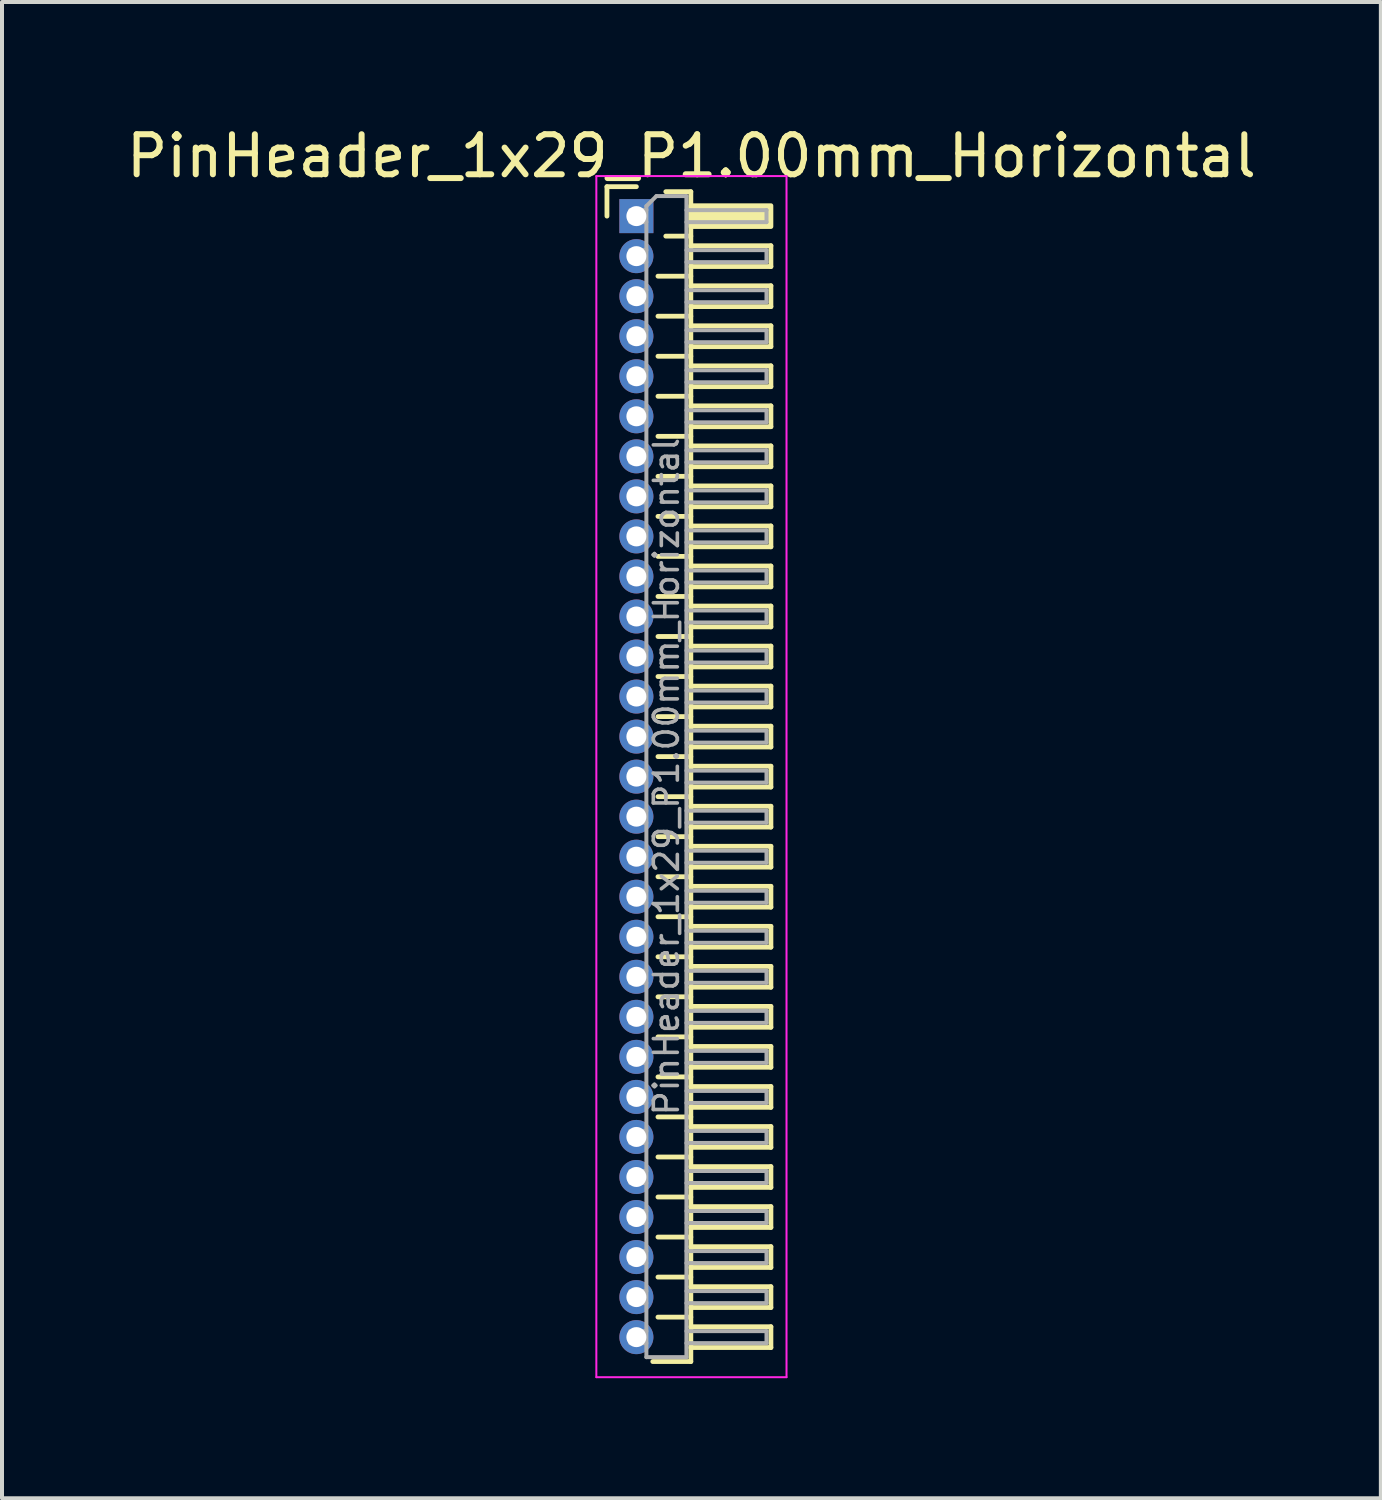
<source format=kicad_pcb>
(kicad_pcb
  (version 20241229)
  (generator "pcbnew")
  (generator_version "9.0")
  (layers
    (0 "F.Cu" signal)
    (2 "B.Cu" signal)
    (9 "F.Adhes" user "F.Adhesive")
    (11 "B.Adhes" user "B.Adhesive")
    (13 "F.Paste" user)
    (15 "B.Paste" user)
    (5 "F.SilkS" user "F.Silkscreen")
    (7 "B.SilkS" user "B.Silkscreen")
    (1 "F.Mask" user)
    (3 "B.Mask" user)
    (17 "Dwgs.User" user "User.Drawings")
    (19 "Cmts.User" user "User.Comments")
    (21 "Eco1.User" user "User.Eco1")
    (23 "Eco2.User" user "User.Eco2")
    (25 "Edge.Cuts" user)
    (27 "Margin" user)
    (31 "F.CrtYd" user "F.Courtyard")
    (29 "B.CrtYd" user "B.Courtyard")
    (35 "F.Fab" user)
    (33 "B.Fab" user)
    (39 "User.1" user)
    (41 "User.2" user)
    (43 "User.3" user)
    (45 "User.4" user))
  (footprint "PinHeader_1x29_P1.00mm_Horizontal"
    (layer "F.Cu")
    (at 12.845 2.348)
    (property "Reference" "PinHeader_1x29_P1.00mm_Horizontal" (at 1.375 -1.5 0) (layer "F.SilkS") (effects (font (size 1 1) (thickness 0.15))))
    (attr through_hole)
    (fp_line (start -0.735 -0.735) (end 0 -0.735) (stroke (width 0.12) (type solid)) (layer "F.SilkS"))
    (fp_line (start -0.735 0) (end -0.735 -0.735) (stroke (width 0.12) (type solid)) (layer "F.SilkS"))
    (fp_line (start 0.539 1.5) (end 1.36 1.5) (stroke (width 0.12) (type solid)) (layer "F.SilkS"))
    (fp_line (start 0.539 2.5) (end 1.36 2.5) (stroke (width 0.12) (type solid)) (layer "F.SilkS"))
    (fp_line (start 0.539 3.5) (end 1.36 3.5) (stroke (width 0.12) (type solid)) (layer "F.SilkS"))
    (fp_line (start 0.539 4.5) (end 1.36 4.5) (stroke (width 0.12) (type solid)) (layer "F.SilkS"))
    (fp_line (start 0.539 5.5) (end 1.36 5.5) (stroke (width 0.12) (type solid)) (layer "F.SilkS"))
    (fp_line (start 0.539 6.5) (end 1.36 6.5) (stroke (width 0.12) (type solid)) (layer "F.SilkS"))
    (fp_line (start 0.539 7.5) (end 1.36 7.5) (stroke (width 0.12) (type solid)) (layer "F.SilkS"))
    (fp_line (start 0.539 8.5) (end 1.36 8.5) (stroke (width 0.12) (type solid)) (layer "F.SilkS"))
    (fp_line (start 0.539 9.5) (end 1.36 9.5) (stroke (width 0.12) (type solid)) (layer "F.SilkS"))
    (fp_line (start 0.539 10.5) (end 1.36 10.5) (stroke (width 0.12) (type solid)) (layer "F.SilkS"))
    (fp_line (start 0.539 11.5) (end 1.36 11.5) (stroke (width 0.12) (type solid)) (layer "F.SilkS"))
    (fp_line (start 0.539 12.5) (end 1.36 12.5) (stroke (width 0.12) (type solid)) (layer "F.SilkS"))
    (fp_line (start 0.539 13.5) (end 1.36 13.5) (stroke (width 0.12) (type solid)) (layer "F.SilkS"))
    (fp_line (start 0.539 14.5) (end 1.36 14.5) (stroke (width 0.12) (type solid)) (layer "F.SilkS"))
    (fp_line (start 0.539 15.5) (end 1.36 15.5) (stroke (width 0.12) (type solid)) (layer "F.SilkS"))
    (fp_line (start 0.539 16.5) (end 1.36 16.5) (stroke (width 0.12) (type solid)) (layer "F.SilkS"))
    (fp_line (start 0.539 17.5) (end 1.36 17.5) (stroke (width 0.12) (type solid)) (layer "F.SilkS"))
    (fp_line (start 0.539 18.5) (end 1.36 18.5) (stroke (width 0.12) (type solid)) (layer "F.SilkS"))
    (fp_line (start 0.539 19.5) (end 1.36 19.5) (stroke (width 0.12) (type solid)) (layer "F.SilkS"))
    (fp_line (start 0.539 20.5) (end 1.36 20.5) (stroke (width 0.12) (type solid)) (layer "F.SilkS"))
    (fp_line (start 0.539 21.5) (end 1.36 21.5) (stroke (width 0.12) (type solid)) (layer "F.SilkS"))
    (fp_line (start 0.539 22.5) (end 1.36 22.5) (stroke (width 0.12) (type solid)) (layer "F.SilkS"))
    (fp_line (start 0.539 23.5) (end 1.36 23.5) (stroke (width 0.12) (type solid)) (layer "F.SilkS"))
    (fp_line (start 0.539 24.5) (end 1.36 24.5) (stroke (width 0.12) (type solid)) (layer "F.SilkS"))
    (fp_line (start 0.539 25.5) (end 1.36 25.5) (stroke (width 0.12) (type solid)) (layer "F.SilkS"))
    (fp_line (start 0.539 26.5) (end 1.36 26.5) (stroke (width 0.12) (type solid)) (layer "F.SilkS"))
    (fp_line (start 0.539 27.5) (end 1.36 27.5) (stroke (width 0.12) (type solid)) (layer "F.SilkS"))
    (fp_line (start 0.735 -0.61) (end 1.36 -0.61) (stroke (width 0.12) (type solid)) (layer "F.SilkS"))
    (fp_line (start 0.735 0.5) (end 1.36 0.5) (stroke (width 0.12) (type solid)) (layer "F.SilkS"))
    (fp_line (start 1.36 -0.61) (end 1.36 28.61) (stroke (width 0.12) (type solid)) (layer "F.SilkS"))
    (fp_line (start 1.36 0.74) (end 3.36 0.74) (stroke (width 0.12) (type solid)) (layer "F.SilkS"))
    (fp_line (start 1.36 1.74) (end 3.36 1.74) (stroke (width 0.12) (type solid)) (layer "F.SilkS"))
    (fp_line (start 1.36 2.74) (end 3.36 2.74) (stroke (width 0.12) (type solid)) (layer "F.SilkS"))
    (fp_line (start 1.36 3.74) (end 3.36 3.74) (stroke (width 0.12) (type solid)) (layer "F.SilkS"))
    (fp_line (start 1.36 4.74) (end 3.36 4.74) (stroke (width 0.12) (type solid)) (layer "F.SilkS"))
    (fp_line (start 1.36 5.74) (end 3.36 5.74) (stroke (width 0.12) (type solid)) (layer "F.SilkS"))
    (fp_line (start 1.36 6.74) (end 3.36 6.74) (stroke (width 0.12) (type solid)) (layer "F.SilkS"))
    (fp_line (start 1.36 7.74) (end 3.36 7.74) (stroke (width 0.12) (type solid)) (layer "F.SilkS"))
    (fp_line (start 1.36 8.74) (end 3.36 8.74) (stroke (width 0.12) (type solid)) (layer "F.SilkS"))
    (fp_line (start 1.36 9.74) (end 3.36 9.74) (stroke (width 0.12) (type solid)) (layer "F.SilkS"))
    (fp_line (start 1.36 10.74) (end 3.36 10.74) (stroke (width 0.12) (type solid)) (layer "F.SilkS"))
    (fp_line (start 1.36 11.74) (end 3.36 11.74) (stroke (width 0.12) (type solid)) (layer "F.SilkS"))
    (fp_line (start 1.36 12.74) (end 3.36 12.74) (stroke (width 0.12) (type solid)) (layer "F.SilkS"))
    (fp_line (start 1.36 13.74) (end 3.36 13.74) (stroke (width 0.12) (type solid)) (layer "F.SilkS"))
    (fp_line (start 1.36 14.74) (end 3.36 14.74) (stroke (width 0.12) (type solid)) (layer "F.SilkS"))
    (fp_line (start 1.36 15.74) (end 3.36 15.74) (stroke (width 0.12) (type solid)) (layer "F.SilkS"))
    (fp_line (start 1.36 16.74) (end 3.36 16.74) (stroke (width 0.12) (type solid)) (layer "F.SilkS"))
    (fp_line (start 1.36 17.74) (end 3.36 17.74) (stroke (width 0.12) (type solid)) (layer "F.SilkS"))
    (fp_line (start 1.36 18.74) (end 3.36 18.74) (stroke (width 0.12) (type solid)) (layer "F.SilkS"))
    (fp_line (start 1.36 19.74) (end 3.36 19.74) (stroke (width 0.12) (type solid)) (layer "F.SilkS"))
    (fp_line (start 1.36 20.74) (end 3.36 20.74) (stroke (width 0.12) (type solid)) (layer "F.SilkS"))
    (fp_line (start 1.36 21.74) (end 3.36 21.74) (stroke (width 0.12) (type solid)) (layer "F.SilkS"))
    (fp_line (start 1.36 22.74) (end 3.36 22.74) (stroke (width 0.12) (type solid)) (layer "F.SilkS"))
    (fp_line (start 1.36 23.74) (end 3.36 23.74) (stroke (width 0.12) (type solid)) (layer "F.SilkS"))
    (fp_line (start 1.36 24.74) (end 3.36 24.74) (stroke (width 0.12) (type solid)) (layer "F.SilkS"))
    (fp_line (start 1.36 25.74) (end 3.36 25.74) (stroke (width 0.12) (type solid)) (layer "F.SilkS"))
    (fp_line (start 1.36 26.74) (end 3.36 26.74) (stroke (width 0.12) (type solid)) (layer "F.SilkS"))
    (fp_line (start 1.36 27.74) (end 3.36 27.74) (stroke (width 0.12) (type solid)) (layer "F.SilkS"))
    (fp_line (start 1.36 28.61) (end 0.41 28.61) (stroke (width 0.12) (type solid)) (layer "F.SilkS"))
    (fp_line (start 3.36 0.74) (end 3.36 1.26) (stroke (width 0.12) (type solid)) (layer "F.SilkS"))
    (fp_line (start 3.36 1.26) (end 1.36 1.26) (stroke (width 0.12) (type solid)) (layer "F.SilkS"))
    (fp_line (start 3.36 1.74) (end 3.36 2.26) (stroke (width 0.12) (type solid)) (layer "F.SilkS"))
    (fp_line (start 3.36 2.26) (end 1.36 2.26) (stroke (width 0.12) (type solid)) (layer "F.SilkS"))
    (fp_line (start 3.36 2.74) (end 3.36 3.26) (stroke (width 0.12) (type solid)) (layer "F.SilkS"))
    (fp_line (start 3.36 3.26) (end 1.36 3.26) (stroke (width 0.12) (type solid)) (layer "F.SilkS"))
    (fp_line (start 3.36 3.74) (end 3.36 4.26) (stroke (width 0.12) (type solid)) (layer "F.SilkS"))
    (fp_line (start 3.36 4.26) (end 1.36 4.26) (stroke (width 0.12) (type solid)) (layer "F.SilkS"))
    (fp_line (start 3.36 4.74) (end 3.36 5.26) (stroke (width 0.12) (type solid)) (layer "F.SilkS"))
    (fp_line (start 3.36 5.26) (end 1.36 5.26) (stroke (width 0.12) (type solid)) (layer "F.SilkS"))
    (fp_line (start 3.36 5.74) (end 3.36 6.26) (stroke (width 0.12) (type solid)) (layer "F.SilkS"))
    (fp_line (start 3.36 6.26) (end 1.36 6.26) (stroke (width 0.12) (type solid)) (layer "F.SilkS"))
    (fp_line (start 3.36 6.74) (end 3.36 7.26) (stroke (width 0.12) (type solid)) (layer "F.SilkS"))
    (fp_line (start 3.36 7.26) (end 1.36 7.26) (stroke (width 0.12) (type solid)) (layer "F.SilkS"))
    (fp_line (start 3.36 7.74) (end 3.36 8.26) (stroke (width 0.12) (type solid)) (layer "F.SilkS"))
    (fp_line (start 3.36 8.26) (end 1.36 8.26) (stroke (width 0.12) (type solid)) (layer "F.SilkS"))
    (fp_line (start 3.36 8.74) (end 3.36 9.26) (stroke (width 0.12) (type solid)) (layer "F.SilkS"))
    (fp_line (start 3.36 9.26) (end 1.36 9.26) (stroke (width 0.12) (type solid)) (layer "F.SilkS"))
    (fp_line (start 3.36 9.74) (end 3.36 10.26) (stroke (width 0.12) (type solid)) (layer "F.SilkS"))
    (fp_line (start 3.36 10.26) (end 1.36 10.26) (stroke (width 0.12) (type solid)) (layer "F.SilkS"))
    (fp_line (start 3.36 10.74) (end 3.36 11.26) (stroke (width 0.12) (type solid)) (layer "F.SilkS"))
    (fp_line (start 3.36 11.26) (end 1.36 11.26) (stroke (width 0.12) (type solid)) (layer "F.SilkS"))
    (fp_line (start 3.36 11.74) (end 3.36 12.26) (stroke (width 0.12) (type solid)) (layer "F.SilkS"))
    (fp_line (start 3.36 12.26) (end 1.36 12.26) (stroke (width 0.12) (type solid)) (layer "F.SilkS"))
    (fp_line (start 3.36 12.74) (end 3.36 13.26) (stroke (width 0.12) (type solid)) (layer "F.SilkS"))
    (fp_line (start 3.36 13.26) (end 1.36 13.26) (stroke (width 0.12) (type solid)) (layer "F.SilkS"))
    (fp_line (start 3.36 13.74) (end 3.36 14.26) (stroke (width 0.12) (type solid)) (layer "F.SilkS"))
    (fp_line (start 3.36 14.26) (end 1.36 14.26) (stroke (width 0.12) (type solid)) (layer "F.SilkS"))
    (fp_line (start 3.36 14.74) (end 3.36 15.26) (stroke (width 0.12) (type solid)) (layer "F.SilkS"))
    (fp_line (start 3.36 15.26) (end 1.36 15.26) (stroke (width 0.12) (type solid)) (layer "F.SilkS"))
    (fp_line (start 3.36 15.74) (end 3.36 16.26) (stroke (width 0.12) (type solid)) (layer "F.SilkS"))
    (fp_line (start 3.36 16.26) (end 1.36 16.26) (stroke (width 0.12) (type solid)) (layer "F.SilkS"))
    (fp_line (start 3.36 16.74) (end 3.36 17.26) (stroke (width 0.12) (type solid)) (layer "F.SilkS"))
    (fp_line (start 3.36 17.26) (end 1.36 17.26) (stroke (width 0.12) (type solid)) (layer "F.SilkS"))
    (fp_line (start 3.36 17.74) (end 3.36 18.26) (stroke (width 0.12) (type solid)) (layer "F.SilkS"))
    (fp_line (start 3.36 18.26) (end 1.36 18.26) (stroke (width 0.12) (type solid)) (layer "F.SilkS"))
    (fp_line (start 3.36 18.74) (end 3.36 19.26) (stroke (width 0.12) (type solid)) (layer "F.SilkS"))
    (fp_line (start 3.36 19.26) (end 1.36 19.26) (stroke (width 0.12) (type solid)) (layer "F.SilkS"))
    (fp_line (start 3.36 19.74) (end 3.36 20.26) (stroke (width 0.12) (type solid)) (layer "F.SilkS"))
    (fp_line (start 3.36 20.26) (end 1.36 20.26) (stroke (width 0.12) (type solid)) (layer "F.SilkS"))
    (fp_line (start 3.36 20.74) (end 3.36 21.26) (stroke (width 0.12) (type solid)) (layer "F.SilkS"))
    (fp_line (start 3.36 21.26) (end 1.36 21.26) (stroke (width 0.12) (type solid)) (layer "F.SilkS"))
    (fp_line (start 3.36 21.74) (end 3.36 22.26) (stroke (width 0.12) (type solid)) (layer "F.SilkS"))
    (fp_line (start 3.36 22.26) (end 1.36 22.26) (stroke (width 0.12) (type solid)) (layer "F.SilkS"))
    (fp_line (start 3.36 22.74) (end 3.36 23.26) (stroke (width 0.12) (type solid)) (layer "F.SilkS"))
    (fp_line (start 3.36 23.26) (end 1.36 23.26) (stroke (width 0.12) (type solid)) (layer "F.SilkS"))
    (fp_line (start 3.36 23.74) (end 3.36 24.26) (stroke (width 0.12) (type solid)) (layer "F.SilkS"))
    (fp_line (start 3.36 24.26) (end 1.36 24.26) (stroke (width 0.12) (type solid)) (layer "F.SilkS"))
    (fp_line (start 3.36 24.74) (end 3.36 25.26) (stroke (width 0.12) (type solid)) (layer "F.SilkS"))
    (fp_line (start 3.36 25.26) (end 1.36 25.26) (stroke (width 0.12) (type solid)) (layer "F.SilkS"))
    (fp_line (start 3.36 25.74) (end 3.36 26.26) (stroke (width 0.12) (type solid)) (layer "F.SilkS"))
    (fp_line (start 3.36 26.26) (end 1.36 26.26) (stroke (width 0.12) (type solid)) (layer "F.SilkS"))
    (fp_line (start 3.36 26.74) (end 3.36 27.26) (stroke (width 0.12) (type solid)) (layer "F.SilkS"))
    (fp_line (start 3.36 27.26) (end 1.36 27.26) (stroke (width 0.12) (type solid)) (layer "F.SilkS"))
    (fp_line (start 3.36 27.74) (end 3.36 28.26) (stroke (width 0.12) (type solid)) (layer "F.SilkS"))
    (fp_line (start 3.36 28.26) (end 1.36 28.26) (stroke (width 0.12) (type solid)) (layer "F.SilkS"))
    (fp_rect (start 1.36 -0.26) (end 3.36 0.26) (stroke (width 0.12) (type solid)) (fill yes) (layer "F.SilkS"))
    (fp_line (start -1 -1) (end -1 29) (stroke (width 0.05) (type solid)) (layer "F.CrtYd"))
    (fp_line (start -1 29) (end 3.75 29) (stroke (width 0.05) (type solid)) (layer "F.CrtYd"))
    (fp_line (start 3.75 -1) (end -1 -1) (stroke (width 0.05) (type solid)) (layer "F.CrtYd"))
    (fp_line (start 3.75 29) (end 3.75 -1) (stroke (width 0.05) (type solid)) (layer "F.CrtYd"))
    (fp_line (start -0.15 -0.15) (end -0.15 0.15) (stroke (width 0.1) (type solid)) (layer "F.Fab"))
    (fp_line (start -0.15 -0.15) (end 0.25 -0.15) (stroke (width 0.1) (type solid)) (layer "F.Fab"))
    (fp_line (start -0.15 0.15) (end 0.25 0.15) (stroke (width 0.1) (type solid)) (layer "F.Fab"))
    (fp_line (start -0.15 0.85) (end -0.15 1.15) (stroke (width 0.1) (type solid)) (layer "F.Fab"))
    (fp_line (start -0.15 0.85) (end 0.25 0.85) (stroke (width 0.1) (type solid)) (layer "F.Fab"))
    (fp_line (start -0.15 1.15) (end 0.25 1.15) (stroke (width 0.1) (type solid)) (layer "F.Fab"))
    (fp_line (start -0.15 1.85) (end -0.15 2.15) (stroke (width 0.1) (type solid)) (layer "F.Fab"))
    (fp_line (start -0.15 1.85) (end 0.25 1.85) (stroke (width 0.1) (type solid)) (layer "F.Fab"))
    (fp_line (start -0.15 2.15) (end 0.25 2.15) (stroke (width 0.1) (type solid)) (layer "F.Fab"))
    (fp_line (start -0.15 2.85) (end -0.15 3.15) (stroke (width 0.1) (type solid)) (layer "F.Fab"))
    (fp_line (start -0.15 2.85) (end 0.25 2.85) (stroke (width 0.1) (type solid)) (layer "F.Fab"))
    (fp_line (start -0.15 3.15) (end 0.25 3.15) (stroke (width 0.1) (type solid)) (layer "F.Fab"))
    (fp_line (start -0.15 3.85) (end -0.15 4.15) (stroke (width 0.1) (type solid)) (layer "F.Fab"))
    (fp_line (start -0.15 3.85) (end 0.25 3.85) (stroke (width 0.1) (type solid)) (layer "F.Fab"))
    (fp_line (start -0.15 4.15) (end 0.25 4.15) (stroke (width 0.1) (type solid)) (layer "F.Fab"))
    (fp_line (start -0.15 4.85) (end -0.15 5.15) (stroke (width 0.1) (type solid)) (layer "F.Fab"))
    (fp_line (start -0.15 4.85) (end 0.25 4.85) (stroke (width 0.1) (type solid)) (layer "F.Fab"))
    (fp_line (start -0.15 5.15) (end 0.25 5.15) (stroke (width 0.1) (type solid)) (layer "F.Fab"))
    (fp_line (start -0.15 5.85) (end -0.15 6.15) (stroke (width 0.1) (type solid)) (layer "F.Fab"))
    (fp_line (start -0.15 5.85) (end 0.25 5.85) (stroke (width 0.1) (type solid)) (layer "F.Fab"))
    (fp_line (start -0.15 6.15) (end 0.25 6.15) (stroke (width 0.1) (type solid)) (layer "F.Fab"))
    (fp_line (start -0.15 6.85) (end -0.15 7.15) (stroke (width 0.1) (type solid)) (layer "F.Fab"))
    (fp_line (start -0.15 6.85) (end 0.25 6.85) (stroke (width 0.1) (type solid)) (layer "F.Fab"))
    (fp_line (start -0.15 7.15) (end 0.25 7.15) (stroke (width 0.1) (type solid)) (layer "F.Fab"))
    (fp_line (start -0.15 7.85) (end -0.15 8.15) (stroke (width 0.1) (type solid)) (layer "F.Fab"))
    (fp_line (start -0.15 7.85) (end 0.25 7.85) (stroke (width 0.1) (type solid)) (layer "F.Fab"))
    (fp_line (start -0.15 8.15) (end 0.25 8.15) (stroke (width 0.1) (type solid)) (layer "F.Fab"))
    (fp_line (start -0.15 8.85) (end -0.15 9.15) (stroke (width 0.1) (type solid)) (layer "F.Fab"))
    (fp_line (start -0.15 8.85) (end 0.25 8.85) (stroke (width 0.1) (type solid)) (layer "F.Fab"))
    (fp_line (start -0.15 9.15) (end 0.25 9.15) (stroke (width 0.1) (type solid)) (layer "F.Fab"))
    (fp_line (start -0.15 9.85) (end -0.15 10.15) (stroke (width 0.1) (type solid)) (layer "F.Fab"))
    (fp_line (start -0.15 9.85) (end 0.25 9.85) (stroke (width 0.1) (type solid)) (layer "F.Fab"))
    (fp_line (start -0.15 10.15) (end 0.25 10.15) (stroke (width 0.1) (type solid)) (layer "F.Fab"))
    (fp_line (start -0.15 10.85) (end -0.15 11.15) (stroke (width 0.1) (type solid)) (layer "F.Fab"))
    (fp_line (start -0.15 10.85) (end 0.25 10.85) (stroke (width 0.1) (type solid)) (layer "F.Fab"))
    (fp_line (start -0.15 11.15) (end 0.25 11.15) (stroke (width 0.1) (type solid)) (layer "F.Fab"))
    (fp_line (start -0.15 11.85) (end -0.15 12.15) (stroke (width 0.1) (type solid)) (layer "F.Fab"))
    (fp_line (start -0.15 11.85) (end 0.25 11.85) (stroke (width 0.1) (type solid)) (layer "F.Fab"))
    (fp_line (start -0.15 12.15) (end 0.25 12.15) (stroke (width 0.1) (type solid)) (layer "F.Fab"))
    (fp_line (start -0.15 12.85) (end -0.15 13.15) (stroke (width 0.1) (type solid)) (layer "F.Fab"))
    (fp_line (start -0.15 12.85) (end 0.25 12.85) (stroke (width 0.1) (type solid)) (layer "F.Fab"))
    (fp_line (start -0.15 13.15) (end 0.25 13.15) (stroke (width 0.1) (type solid)) (layer "F.Fab"))
    (fp_line (start -0.15 13.85) (end -0.15 14.15) (stroke (width 0.1) (type solid)) (layer "F.Fab"))
    (fp_line (start -0.15 13.85) (end 0.25 13.85) (stroke (width 0.1) (type solid)) (layer "F.Fab"))
    (fp_line (start -0.15 14.15) (end 0.25 14.15) (stroke (width 0.1) (type solid)) (layer "F.Fab"))
    (fp_line (start -0.15 14.85) (end -0.15 15.15) (stroke (width 0.1) (type solid)) (layer "F.Fab"))
    (fp_line (start -0.15 14.85) (end 0.25 14.85) (stroke (width 0.1) (type solid)) (layer "F.Fab"))
    (fp_line (start -0.15 15.15) (end 0.25 15.15) (stroke (width 0.1) (type solid)) (layer "F.Fab"))
    (fp_line (start -0.15 15.85) (end -0.15 16.15) (stroke (width 0.1) (type solid)) (layer "F.Fab"))
    (fp_line (start -0.15 15.85) (end 0.25 15.85) (stroke (width 0.1) (type solid)) (layer "F.Fab"))
    (fp_line (start -0.15 16.15) (end 0.25 16.15) (stroke (width 0.1) (type solid)) (layer "F.Fab"))
    (fp_line (start -0.15 16.85) (end -0.15 17.15) (stroke (width 0.1) (type solid)) (layer "F.Fab"))
    (fp_line (start -0.15 16.85) (end 0.25 16.85) (stroke (width 0.1) (type solid)) (layer "F.Fab"))
    (fp_line (start -0.15 17.15) (end 0.25 17.15) (stroke (width 0.1) (type solid)) (layer "F.Fab"))
    (fp_line (start -0.15 17.85) (end -0.15 18.15) (stroke (width 0.1) (type solid)) (layer "F.Fab"))
    (fp_line (start -0.15 17.85) (end 0.25 17.85) (stroke (width 0.1) (type solid)) (layer "F.Fab"))
    (fp_line (start -0.15 18.15) (end 0.25 18.15) (stroke (width 0.1) (type solid)) (layer "F.Fab"))
    (fp_line (start -0.15 18.85) (end -0.15 19.15) (stroke (width 0.1) (type solid)) (layer "F.Fab"))
    (fp_line (start -0.15 18.85) (end 0.25 18.85) (stroke (width 0.1) (type solid)) (layer "F.Fab"))
    (fp_line (start -0.15 19.15) (end 0.25 19.15) (stroke (width 0.1) (type solid)) (layer "F.Fab"))
    (fp_line (start -0.15 19.85) (end -0.15 20.15) (stroke (width 0.1) (type solid)) (layer "F.Fab"))
    (fp_line (start -0.15 19.85) (end 0.25 19.85) (stroke (width 0.1) (type solid)) (layer "F.Fab"))
    (fp_line (start -0.15 20.15) (end 0.25 20.15) (stroke (width 0.1) (type solid)) (layer "F.Fab"))
    (fp_line (start -0.15 20.85) (end -0.15 21.15) (stroke (width 0.1) (type solid)) (layer "F.Fab"))
    (fp_line (start -0.15 20.85) (end 0.25 20.85) (stroke (width 0.1) (type solid)) (layer "F.Fab"))
    (fp_line (start -0.15 21.15) (end 0.25 21.15) (stroke (width 0.1) (type solid)) (layer "F.Fab"))
    (fp_line (start -0.15 21.85) (end -0.15 22.15) (stroke (width 0.1) (type solid)) (layer "F.Fab"))
    (fp_line (start -0.15 21.85) (end 0.25 21.85) (stroke (width 0.1) (type solid)) (layer "F.Fab"))
    (fp_line (start -0.15 22.15) (end 0.25 22.15) (stroke (width 0.1) (type solid)) (layer "F.Fab"))
    (fp_line (start -0.15 22.85) (end -0.15 23.15) (stroke (width 0.1) (type solid)) (layer "F.Fab"))
    (fp_line (start -0.15 22.85) (end 0.25 22.85) (stroke (width 0.1) (type solid)) (layer "F.Fab"))
    (fp_line (start -0.15 23.15) (end 0.25 23.15) (stroke (width 0.1) (type solid)) (layer "F.Fab"))
    (fp_line (start -0.15 23.85) (end -0.15 24.15) (stroke (width 0.1) (type solid)) (layer "F.Fab"))
    (fp_line (start -0.15 23.85) (end 0.25 23.85) (stroke (width 0.1) (type solid)) (layer "F.Fab"))
    (fp_line (start -0.15 24.15) (end 0.25 24.15) (stroke (width 0.1) (type solid)) (layer "F.Fab"))
    (fp_line (start -0.15 24.85) (end -0.15 25.15) (stroke (width 0.1) (type solid)) (layer "F.Fab"))
    (fp_line (start -0.15 24.85) (end 0.25 24.85) (stroke (width 0.1) (type solid)) (layer "F.Fab"))
    (fp_line (start -0.15 25.15) (end 0.25 25.15) (stroke (width 0.1) (type solid)) (layer "F.Fab"))
    (fp_line (start -0.15 25.85) (end -0.15 26.15) (stroke (width 0.1) (type solid)) (layer "F.Fab"))
    (fp_line (start -0.15 25.85) (end 0.25 25.85) (stroke (width 0.1) (type solid)) (layer "F.Fab"))
    (fp_line (start -0.15 26.15) (end 0.25 26.15) (stroke (width 0.1) (type solid)) (layer "F.Fab"))
    (fp_line (start -0.15 26.85) (end -0.15 27.15) (stroke (width 0.1) (type solid)) (layer "F.Fab"))
    (fp_line (start -0.15 26.85) (end 0.25 26.85) (stroke (width 0.1) (type solid)) (layer "F.Fab"))
    (fp_line (start -0.15 27.15) (end 0.25 27.15) (stroke (width 0.1) (type solid)) (layer "F.Fab"))
    (fp_line (start -0.15 27.85) (end -0.15 28.15) (stroke (width 0.1) (type solid)) (layer "F.Fab"))
    (fp_line (start -0.15 27.85) (end 0.25 27.85) (stroke (width 0.1) (type solid)) (layer "F.Fab"))
    (fp_line (start -0.15 28.15) (end 0.25 28.15) (stroke (width 0.1) (type solid)) (layer "F.Fab"))
    (fp_line (start 0.25 -0.25) (end 0.5 -0.5) (stroke (width 0.1) (type solid)) (layer "F.Fab"))
    (fp_line (start 0.25 28.5) (end 0.25 -0.25) (stroke (width 0.1) (type solid)) (layer "F.Fab"))
    (fp_line (start 0.5 -0.5) (end 1.25 -0.5) (stroke (width 0.1) (type solid)) (layer "F.Fab"))
    (fp_line (start 1.25 -0.5) (end 1.25 28.5) (stroke (width 0.1) (type solid)) (layer "F.Fab"))
    (fp_line (start 1.25 -0.15) (end 3.25 -0.15) (stroke (width 0.1) (type solid)) (layer "F.Fab"))
    (fp_line (start 1.25 0.15) (end 3.25 0.15) (stroke (width 0.1) (type solid)) (layer "F.Fab"))
    (fp_line (start 1.25 0.85) (end 3.25 0.85) (stroke (width 0.1) (type solid)) (layer "F.Fab"))
    (fp_line (start 1.25 1.15) (end 3.25 1.15) (stroke (width 0.1) (type solid)) (layer "F.Fab"))
    (fp_line (start 1.25 1.85) (end 3.25 1.85) (stroke (width 0.1) (type solid)) (layer "F.Fab"))
    (fp_line (start 1.25 2.15) (end 3.25 2.15) (stroke (width 0.1) (type solid)) (layer "F.Fab"))
    (fp_line (start 1.25 2.85) (end 3.25 2.85) (stroke (width 0.1) (type solid)) (layer "F.Fab"))
    (fp_line (start 1.25 3.15) (end 3.25 3.15) (stroke (width 0.1) (type solid)) (layer "F.Fab"))
    (fp_line (start 1.25 3.85) (end 3.25 3.85) (stroke (width 0.1) (type solid)) (layer "F.Fab"))
    (fp_line (start 1.25 4.15) (end 3.25 4.15) (stroke (width 0.1) (type solid)) (layer "F.Fab"))
    (fp_line (start 1.25 4.85) (end 3.25 4.85) (stroke (width 0.1) (type solid)) (layer "F.Fab"))
    (fp_line (start 1.25 5.15) (end 3.25 5.15) (stroke (width 0.1) (type solid)) (layer "F.Fab"))
    (fp_line (start 1.25 5.85) (end 3.25 5.85) (stroke (width 0.1) (type solid)) (layer "F.Fab"))
    (fp_line (start 1.25 6.15) (end 3.25 6.15) (stroke (width 0.1) (type solid)) (layer "F.Fab"))
    (fp_line (start 1.25 6.85) (end 3.25 6.85) (stroke (width 0.1) (type solid)) (layer "F.Fab"))
    (fp_line (start 1.25 7.15) (end 3.25 7.15) (stroke (width 0.1) (type solid)) (layer "F.Fab"))
    (fp_line (start 1.25 7.85) (end 3.25 7.85) (stroke (width 0.1) (type solid)) (layer "F.Fab"))
    (fp_line (start 1.25 8.15) (end 3.25 8.15) (stroke (width 0.1) (type solid)) (layer "F.Fab"))
    (fp_line (start 1.25 8.85) (end 3.25 8.85) (stroke (width 0.1) (type solid)) (layer "F.Fab"))
    (fp_line (start 1.25 9.15) (end 3.25 9.15) (stroke (width 0.1) (type solid)) (layer "F.Fab"))
    (fp_line (start 1.25 9.85) (end 3.25 9.85) (stroke (width 0.1) (type solid)) (layer "F.Fab"))
    (fp_line (start 1.25 10.15) (end 3.25 10.15) (stroke (width 0.1) (type solid)) (layer "F.Fab"))
    (fp_line (start 1.25 10.85) (end 3.25 10.85) (stroke (width 0.1) (type solid)) (layer "F.Fab"))
    (fp_line (start 1.25 11.15) (end 3.25 11.15) (stroke (width 0.1) (type solid)) (layer "F.Fab"))
    (fp_line (start 1.25 11.85) (end 3.25 11.85) (stroke (width 0.1) (type solid)) (layer "F.Fab"))
    (fp_line (start 1.25 12.15) (end 3.25 12.15) (stroke (width 0.1) (type solid)) (layer "F.Fab"))
    (fp_line (start 1.25 12.85) (end 3.25 12.85) (stroke (width 0.1) (type solid)) (layer "F.Fab"))
    (fp_line (start 1.25 13.15) (end 3.25 13.15) (stroke (width 0.1) (type solid)) (layer "F.Fab"))
    (fp_line (start 1.25 13.85) (end 3.25 13.85) (stroke (width 0.1) (type solid)) (layer "F.Fab"))
    (fp_line (start 1.25 14.15) (end 3.25 14.15) (stroke (width 0.1) (type solid)) (layer "F.Fab"))
    (fp_line (start 1.25 14.85) (end 3.25 14.85) (stroke (width 0.1) (type solid)) (layer "F.Fab"))
    (fp_line (start 1.25 15.15) (end 3.25 15.15) (stroke (width 0.1) (type solid)) (layer "F.Fab"))
    (fp_line (start 1.25 15.85) (end 3.25 15.85) (stroke (width 0.1) (type solid)) (layer "F.Fab"))
    (fp_line (start 1.25 16.15) (end 3.25 16.15) (stroke (width 0.1) (type solid)) (layer "F.Fab"))
    (fp_line (start 1.25 16.85) (end 3.25 16.85) (stroke (width 0.1) (type solid)) (layer "F.Fab"))
    (fp_line (start 1.25 17.15) (end 3.25 17.15) (stroke (width 0.1) (type solid)) (layer "F.Fab"))
    (fp_line (start 1.25 17.85) (end 3.25 17.85) (stroke (width 0.1) (type solid)) (layer "F.Fab"))
    (fp_line (start 1.25 18.15) (end 3.25 18.15) (stroke (width 0.1) (type solid)) (layer "F.Fab"))
    (fp_line (start 1.25 18.85) (end 3.25 18.85) (stroke (width 0.1) (type solid)) (layer "F.Fab"))
    (fp_line (start 1.25 19.15) (end 3.25 19.15) (stroke (width 0.1) (type solid)) (layer "F.Fab"))
    (fp_line (start 1.25 19.85) (end 3.25 19.85) (stroke (width 0.1) (type solid)) (layer "F.Fab"))
    (fp_line (start 1.25 20.15) (end 3.25 20.15) (stroke (width 0.1) (type solid)) (layer "F.Fab"))
    (fp_line (start 1.25 20.85) (end 3.25 20.85) (stroke (width 0.1) (type solid)) (layer "F.Fab"))
    (fp_line (start 1.25 21.15) (end 3.25 21.15) (stroke (width 0.1) (type solid)) (layer "F.Fab"))
    (fp_line (start 1.25 21.85) (end 3.25 21.85) (stroke (width 0.1) (type solid)) (layer "F.Fab"))
    (fp_line (start 1.25 22.15) (end 3.25 22.15) (stroke (width 0.1) (type solid)) (layer "F.Fab"))
    (fp_line (start 1.25 22.85) (end 3.25 22.85) (stroke (width 0.1) (type solid)) (layer "F.Fab"))
    (fp_line (start 1.25 23.15) (end 3.25 23.15) (stroke (width 0.1) (type solid)) (layer "F.Fab"))
    (fp_line (start 1.25 23.85) (end 3.25 23.85) (stroke (width 0.1) (type solid)) (layer "F.Fab"))
    (fp_line (start 1.25 24.15) (end 3.25 24.15) (stroke (width 0.1) (type solid)) (layer "F.Fab"))
    (fp_line (start 1.25 24.85) (end 3.25 24.85) (stroke (width 0.1) (type solid)) (layer "F.Fab"))
    (fp_line (start 1.25 25.15) (end 3.25 25.15) (stroke (width 0.1) (type solid)) (layer "F.Fab"))
    (fp_line (start 1.25 25.85) (end 3.25 25.85) (stroke (width 0.1) (type solid)) (layer "F.Fab"))
    (fp_line (start 1.25 26.15) (end 3.25 26.15) (stroke (width 0.1) (type solid)) (layer "F.Fab"))
    (fp_line (start 1.25 26.85) (end 3.25 26.85) (stroke (width 0.1) (type solid)) (layer "F.Fab"))
    (fp_line (start 1.25 27.15) (end 3.25 27.15) (stroke (width 0.1) (type solid)) (layer "F.Fab"))
    (fp_line (start 1.25 27.85) (end 3.25 27.85) (stroke (width 0.1) (type solid)) (layer "F.Fab"))
    (fp_line (start 1.25 28.15) (end 3.25 28.15) (stroke (width 0.1) (type solid)) (layer "F.Fab"))
    (fp_line (start 1.25 28.5) (end 0.25 28.5) (stroke (width 0.1) (type solid)) (layer "F.Fab"))
    (fp_line (start 3.25 -0.15) (end 3.25 0.15) (stroke (width 0.1) (type solid)) (layer "F.Fab"))
    (fp_line (start 3.25 0.85) (end 3.25 1.15) (stroke (width 0.1) (type solid)) (layer "F.Fab"))
    (fp_line (start 3.25 1.85) (end 3.25 2.15) (stroke (width 0.1) (type solid)) (layer "F.Fab"))
    (fp_line (start 3.25 2.85) (end 3.25 3.15) (stroke (width 0.1) (type solid)) (layer "F.Fab"))
    (fp_line (start 3.25 3.85) (end 3.25 4.15) (stroke (width 0.1) (type solid)) (layer "F.Fab"))
    (fp_line (start 3.25 4.85) (end 3.25 5.15) (stroke (width 0.1) (type solid)) (layer "F.Fab"))
    (fp_line (start 3.25 5.85) (end 3.25 6.15) (stroke (width 0.1) (type solid)) (layer "F.Fab"))
    (fp_line (start 3.25 6.85) (end 3.25 7.15) (stroke (width 0.1) (type solid)) (layer "F.Fab"))
    (fp_line (start 3.25 7.85) (end 3.25 8.15) (stroke (width 0.1) (type solid)) (layer "F.Fab"))
    (fp_line (start 3.25 8.85) (end 3.25 9.15) (stroke (width 0.1) (type solid)) (layer "F.Fab"))
    (fp_line (start 3.25 9.85) (end 3.25 10.15) (stroke (width 0.1) (type solid)) (layer "F.Fab"))
    (fp_line (start 3.25 10.85) (end 3.25 11.15) (stroke (width 0.1) (type solid)) (layer "F.Fab"))
    (fp_line (start 3.25 11.85) (end 3.25 12.15) (stroke (width 0.1) (type solid)) (layer "F.Fab"))
    (fp_line (start 3.25 12.85) (end 3.25 13.15) (stroke (width 0.1) (type solid)) (layer "F.Fab"))
    (fp_line (start 3.25 13.85) (end 3.25 14.15) (stroke (width 0.1) (type solid)) (layer "F.Fab"))
    (fp_line (start 3.25 14.85) (end 3.25 15.15) (stroke (width 0.1) (type solid)) (layer "F.Fab"))
    (fp_line (start 3.25 15.85) (end 3.25 16.15) (stroke (width 0.1) (type solid)) (layer "F.Fab"))
    (fp_line (start 3.25 16.85) (end 3.25 17.15) (stroke (width 0.1) (type solid)) (layer "F.Fab"))
    (fp_line (start 3.25 17.85) (end 3.25 18.15) (stroke (width 0.1) (type solid)) (layer "F.Fab"))
    (fp_line (start 3.25 18.85) (end 3.25 19.15) (stroke (width 0.1) (type solid)) (layer "F.Fab"))
    (fp_line (start 3.25 19.85) (end 3.25 20.15) (stroke (width 0.1) (type solid)) (layer "F.Fab"))
    (fp_line (start 3.25 20.85) (end 3.25 21.15) (stroke (width 0.1) (type solid)) (layer "F.Fab"))
    (fp_line (start 3.25 21.85) (end 3.25 22.15) (stroke (width 0.1) (type solid)) (layer "F.Fab"))
    (fp_line (start 3.25 22.85) (end 3.25 23.15) (stroke (width 0.1) (type solid)) (layer "F.Fab"))
    (fp_line (start 3.25 23.85) (end 3.25 24.15) (stroke (width 0.1) (type solid)) (layer "F.Fab"))
    (fp_line (start 3.25 24.85) (end 3.25 25.15) (stroke (width 0.1) (type solid)) (layer "F.Fab"))
    (fp_line (start 3.25 25.85) (end 3.25 26.15) (stroke (width 0.1) (type solid)) (layer "F.Fab"))
    (fp_line (start 3.25 26.85) (end 3.25 27.15) (stroke (width 0.1) (type solid)) (layer "F.Fab"))
    (fp_line (start 3.25 27.85) (end 3.25 28.15) (stroke (width 0.1) (type solid)) (layer "F.Fab"))
    (fp_text user "${REFERENCE}" (at 0.75 14 90) (layer "F.Fab") (effects (font (size 0.6 0.6) (thickness 0.09))))
    (pad "1" thru_hole rect (at 0 0) (size 0.85 0.85) (drill 0.5) (layers "*.Cu" "*.Mask"))
    (pad "2" thru_hole circle (at 0 1) (size 0.85 0.85) (drill 0.5) (layers "*.Cu" "*.Mask"))
    (pad "3" thru_hole circle (at 0 2) (size 0.85 0.85) (drill 0.5) (layers "*.Cu" "*.Mask"))
    (pad "4" thru_hole circle (at 0 3) (size 0.85 0.85) (drill 0.5) (layers "*.Cu" "*.Mask"))
    (pad "5" thru_hole circle (at 0 4) (size 0.85 0.85) (drill 0.5) (layers "*.Cu" "*.Mask"))
    (pad "6" thru_hole circle (at 0 5) (size 0.85 0.85) (drill 0.5) (layers "*.Cu" "*.Mask"))
    (pad "7" thru_hole circle (at 0 6) (size 0.85 0.85) (drill 0.5) (layers "*.Cu" "*.Mask"))
    (pad "8" thru_hole circle (at 0 7) (size 0.85 0.85) (drill 0.5) (layers "*.Cu" "*.Mask"))
    (pad "9" thru_hole circle (at 0 8) (size 0.85 0.85) (drill 0.5) (layers "*.Cu" "*.Mask"))
    (pad "10" thru_hole circle (at 0 9) (size 0.85 0.85) (drill 0.5) (layers "*.Cu" "*.Mask"))
    (pad "11" thru_hole circle (at 0 10) (size 0.85 0.85) (drill 0.5) (layers "*.Cu" "*.Mask"))
    (pad "12" thru_hole circle (at 0 11) (size 0.85 0.85) (drill 0.5) (layers "*.Cu" "*.Mask"))
    (pad "13" thru_hole circle (at 0 12) (size 0.85 0.85) (drill 0.5) (layers "*.Cu" "*.Mask"))
    (pad "14" thru_hole circle (at 0 13) (size 0.85 0.85) (drill 0.5) (layers "*.Cu" "*.Mask"))
    (pad "15" thru_hole circle (at 0 14) (size 0.85 0.85) (drill 0.5) (layers "*.Cu" "*.Mask"))
    (pad "16" thru_hole circle (at 0 15) (size 0.85 0.85) (drill 0.5) (layers "*.Cu" "*.Mask"))
    (pad "17" thru_hole circle (at 0 16) (size 0.85 0.85) (drill 0.5) (layers "*.Cu" "*.Mask"))
    (pad "18" thru_hole circle (at 0 17) (size 0.85 0.85) (drill 0.5) (layers "*.Cu" "*.Mask"))
    (pad "19" thru_hole circle (at 0 18) (size 0.85 0.85) (drill 0.5) (layers "*.Cu" "*.Mask"))
    (pad "20" thru_hole circle (at 0 19) (size 0.85 0.85) (drill 0.5) (layers "*.Cu" "*.Mask"))
    (pad "21" thru_hole circle (at 0 20) (size 0.85 0.85) (drill 0.5) (layers "*.Cu" "*.Mask"))
    (pad "22" thru_hole circle (at 0 21) (size 0.85 0.85) (drill 0.5) (layers "*.Cu" "*.Mask"))
    (pad "23" thru_hole circle (at 0 22) (size 0.85 0.85) (drill 0.5) (layers "*.Cu" "*.Mask"))
    (pad "24" thru_hole circle (at 0 23) (size 0.85 0.85) (drill 0.5) (layers "*.Cu" "*.Mask"))
    (pad "25" thru_hole circle (at 0 24) (size 0.85 0.85) (drill 0.5) (layers "*.Cu" "*.Mask"))
    (pad "26" thru_hole circle (at 0 25) (size 0.85 0.85) (drill 0.5) (layers "*.Cu" "*.Mask"))
    (pad "27" thru_hole circle (at 0 26) (size 0.85 0.85) (drill 0.5) (layers "*.Cu" "*.Mask"))
    (pad "28" thru_hole circle (at 0 27) (size 0.85 0.85) (drill 0.5) (layers "*.Cu" "*.Mask"))
    (pad "29" thru_hole circle (at 0 28) (size 0.85 0.85) (drill 0.5) (layers "*.Cu" "*.Mask")))
  (gr_rect
    (start -3 -3)
    (end 31.44 34.373)
    (stroke (width 0.1) (type default))
    (fill no)
    (layer "Edge.Cuts")))
</source>
